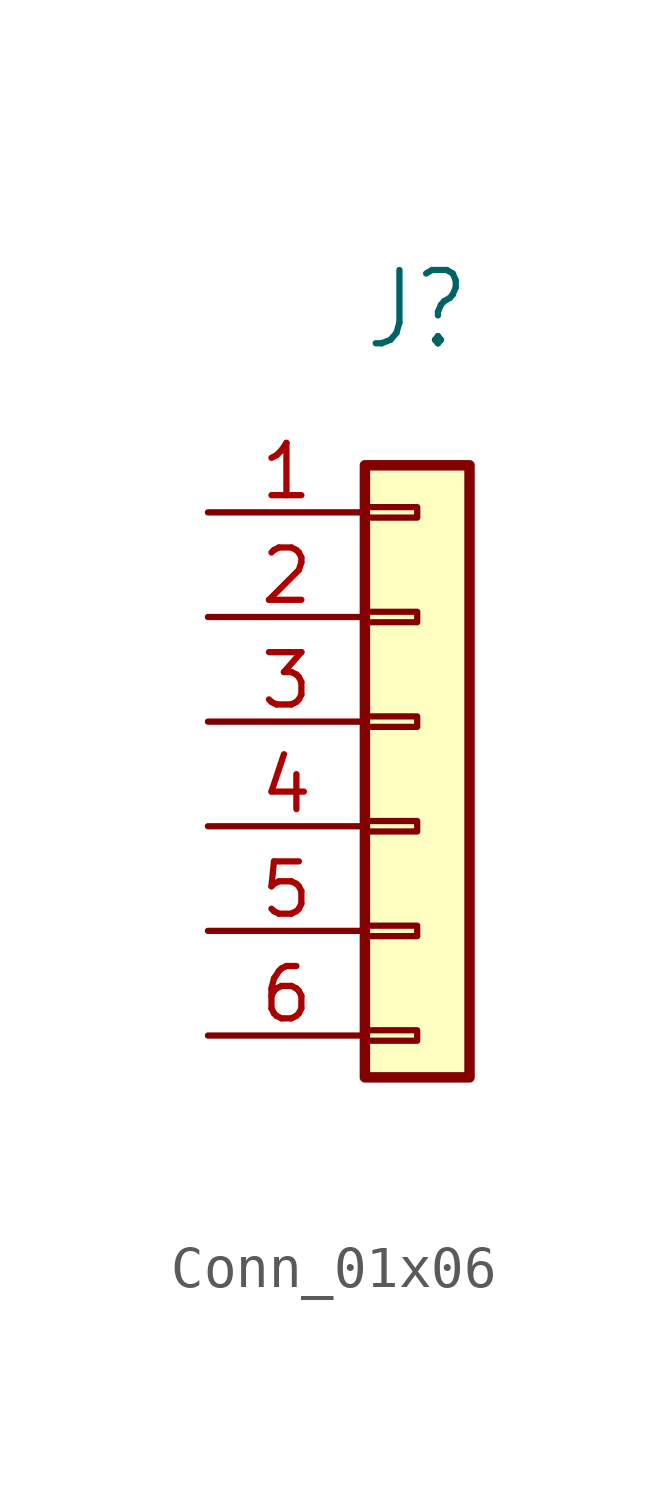
<source format=kicad_sym>
(kicad_symbol_lib
  (version 20241209)
  (generator "kicad_symbol_editor")
  (generator_version "9.0")
  (symbol "Conn_01x06"
    (property "Reference" "J"
      (at 0 10 0)
      (effects (font (size 1.778 1.511))))
    (property "Value" ""
      (at -5.08 -10.16 0)
      (effects (font (size 1.778 1.511)) (justify left bottom)))
    (property "ki_locked" ""
      (at 0 0 0)
      (effects (font (size 1.27 1.27))))
    (symbol "Conn_01x06_1_0"
      (pin passive line (at -5.08 5.08 0) (length 3.81) (name "1" (effects (font (size 0 0)))) (number "1" (effects (font (size 1.27 1.27)))))
      (pin passive line (at -5.08 2.54 0) (length 3.81) (name "2" (effects (font (size 0 0)))) (number "2" (effects (font (size 1.27 1.27)))))
      (pin passive line (at -5.08 0 0) (length 3.81) (name "3" (effects (font (size 0 0)))) (number "3" (effects (font (size 1.27 1.27)))))
      (pin passive line (at -5.08 -2.54 0) (length 3.81) (name "4" (effects (font (size 0 0)))) (number "4" (effects (font (size 1.27 1.27)))))
      (pin passive line (at -5.08 -5.08 0) (length 3.81) (name "5" (effects (font (size 0 0)))) (number "5" (effects (font (size 1.27 1.27)))))
      (pin passive line (at -5.08 -7.62 0) (length 3.81) (name "6" (effects (font (size 0 0)))) (number "6" (effects (font (size 1.27 1.27))))))
    (symbol "Conn_01x06_1_1"
      (rectangle (start -1.27 6.223) (end 1.27 -8.636) (stroke (width 0.254) (type default)) (fill (type background)))
      (rectangle (start -1.27 5.207) (end 0 4.953) (stroke (width 0.152) (type default)) (fill (type none)))
      (rectangle (start -1.27 2.667) (end 0 2.413) (stroke (width 0.152) (type default)) (fill (type none)))
      (rectangle (start -1.27 0.127) (end 0 -0.127) (stroke (width 0.152) (type default)) (fill (type none)))
      (rectangle (start -1.27 -2.413) (end 0 -2.667) (stroke (width 0.152) (type default)) (fill (type none)))
      (rectangle (start -1.27 -4.953) (end 0 -5.207) (stroke (width 0.152) (type default)) (fill (type none)))
      (rectangle (start -1.27 -7.493) (end 0 -7.747) (stroke (width 0.152) (type default)) (fill (type none))))))
</source>
